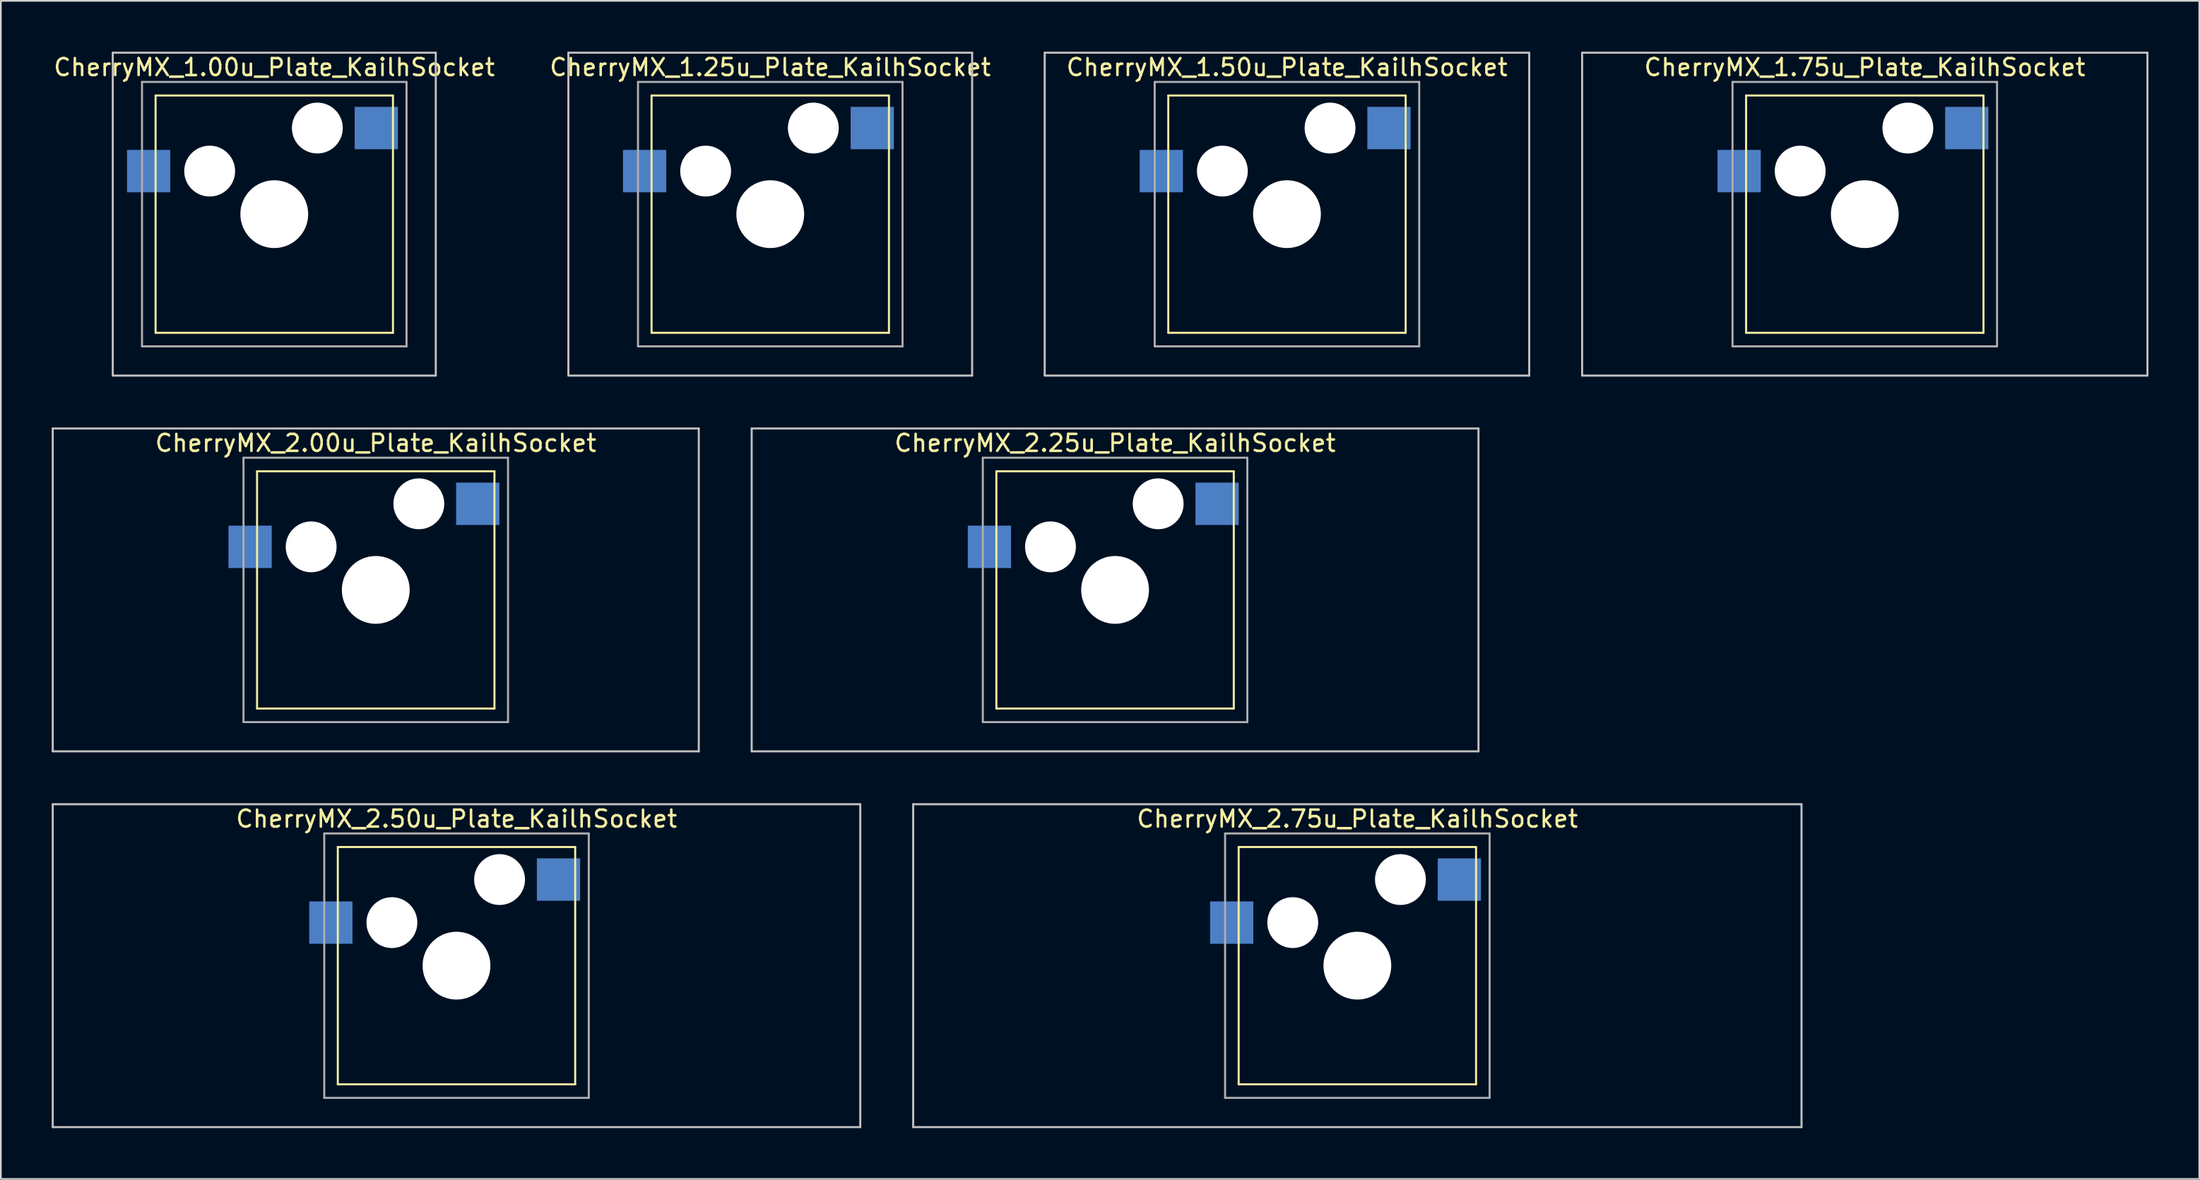
<source format=kicad_pcb>
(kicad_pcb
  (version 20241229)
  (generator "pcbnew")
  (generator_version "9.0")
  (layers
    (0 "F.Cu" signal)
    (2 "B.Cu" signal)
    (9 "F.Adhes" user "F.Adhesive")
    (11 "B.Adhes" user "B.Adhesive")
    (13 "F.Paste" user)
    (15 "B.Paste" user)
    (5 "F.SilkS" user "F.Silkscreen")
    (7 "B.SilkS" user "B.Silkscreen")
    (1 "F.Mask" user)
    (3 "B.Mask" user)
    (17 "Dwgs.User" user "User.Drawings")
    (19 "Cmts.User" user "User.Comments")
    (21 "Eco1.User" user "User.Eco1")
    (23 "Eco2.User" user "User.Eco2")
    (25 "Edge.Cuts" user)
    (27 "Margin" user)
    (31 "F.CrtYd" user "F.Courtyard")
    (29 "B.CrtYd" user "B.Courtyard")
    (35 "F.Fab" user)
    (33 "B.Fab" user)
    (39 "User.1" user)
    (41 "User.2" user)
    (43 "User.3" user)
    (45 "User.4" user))
  (footprint "CherryMX_2.75u_Plate_KailhSocket"
    (layer "F.Cu")
    (at 76.999 53.925)
    (property "Reference" "CherryMX_2.75u_Plate_KailhSocket" (at 0 -8.662 0) (layer "F.SilkS") (effects (font (size 1 1) (thickness 0.15))))
    (attr through_hole)
    (fp_line (start -7 -7) (end -7 7) (stroke (width 0.12) (type solid)) (layer "F.SilkS"))
    (fp_line (start -7 -7) (end 7 -7) (stroke (width 0.12) (type solid)) (layer "F.SilkS"))
    (fp_line (start 7 -7) (end 7 7) (stroke (width 0.12) (type solid)) (layer "F.SilkS"))
    (fp_line (start 7 7) (end -7 7) (stroke (width 0.12) (type solid)) (layer "F.SilkS"))
    (fp_line (start -26.194 -9.525) (end 26.194 -9.525) (stroke (width 0.12) (type solid)) (layer "Dwgs.User"))
    (fp_line (start -26.194 9.525) (end -26.194 -9.525) (stroke (width 0.12) (type solid)) (layer "Dwgs.User"))
    (fp_line (start 26.194 -9.525) (end 26.194 9.525) (stroke (width 0.12) (type solid)) (layer "Dwgs.User"))
    (fp_line (start 26.194 9.525) (end -26.194 9.525) (stroke (width 0.12) (type solid)) (layer "Dwgs.User"))
    (fp_line (start -7.8 -7.8) (end -7.8 7.8) (stroke (width 0.12) (type solid)) (layer "F.Fab"))
    (fp_line (start -7.8 -7.8) (end 7.8 -7.8) (stroke (width 0.12) (type solid)) (layer "F.Fab"))
    (fp_line (start -7.8 7.8) (end 7.8 7.8) (stroke (width 0.12) (type solid)) (layer "F.Fab"))
    (fp_line (start 7.8 -7.8) (end 7.8 7.8) (stroke (width 0.12) (type solid)) (layer "F.Fab"))
    (pad "" np_thru_hole circle (at -3.81 -2.54) (size 3 3) (drill 3) (layers "*.Cu" "*.Mask"))
    (pad "" np_thru_hole circle (at 0 0) (size 4 4) (drill 4) (layers "*.Cu" "*.Mask"))
    (pad "" np_thru_hole circle (at 2.54 -5.08) (size 3 3) (drill 3) (layers "*.Cu" "*.Mask"))
    (pad "1" smd rect (at -7.41 -2.54) (size 2.55 2.5) (layers "B.Cu" "B.Mask" "B.Paste"))
    (pad "2" smd rect (at 6.015 -5.08) (size 2.55 2.5) (layers "B.Cu" "B.Mask" "B.Paste")))
  (footprint "CherryMX_1.75u_Plate_KailhSocket"
    (layer "F.Cu")
    (at 106.924 9.585)
    (property "Reference" "CherryMX_1.75u_Plate_KailhSocket" (at 0 -8.662 0) (layer "F.SilkS") (effects (font (size 1 1) (thickness 0.15))))
    (attr through_hole)
    (fp_line (start -7 -7) (end -7 7) (stroke (width 0.12) (type solid)) (layer "F.SilkS"))
    (fp_line (start -7 -7) (end 7 -7) (stroke (width 0.12) (type solid)) (layer "F.SilkS"))
    (fp_line (start 7 -7) (end 7 7) (stroke (width 0.12) (type solid)) (layer "F.SilkS"))
    (fp_line (start 7 7) (end -7 7) (stroke (width 0.12) (type solid)) (layer "F.SilkS"))
    (fp_line (start -16.669 -9.525) (end 16.669 -9.525) (stroke (width 0.12) (type solid)) (layer "Dwgs.User"))
    (fp_line (start -16.669 9.525) (end -16.669 -9.525) (stroke (width 0.12) (type solid)) (layer "Dwgs.User"))
    (fp_line (start 16.669 -9.525) (end 16.669 9.525) (stroke (width 0.12) (type solid)) (layer "Dwgs.User"))
    (fp_line (start 16.669 9.525) (end -16.669 9.525) (stroke (width 0.12) (type solid)) (layer "Dwgs.User"))
    (fp_line (start -7.8 -7.8) (end -7.8 7.8) (stroke (width 0.12) (type solid)) (layer "F.Fab"))
    (fp_line (start -7.8 -7.8) (end 7.8 -7.8) (stroke (width 0.12) (type solid)) (layer "F.Fab"))
    (fp_line (start -7.8 7.8) (end 7.8 7.8) (stroke (width 0.12) (type solid)) (layer "F.Fab"))
    (fp_line (start 7.8 -7.8) (end 7.8 7.8) (stroke (width 0.12) (type solid)) (layer "F.Fab"))
    (pad "" np_thru_hole circle (at -3.81 -2.54) (size 3 3) (drill 3) (layers "*.Cu" "*.Mask"))
    (pad "" np_thru_hole circle (at 0 0) (size 4 4) (drill 4) (layers "*.Cu" "*.Mask"))
    (pad "" np_thru_hole circle (at 2.54 -5.08) (size 3 3) (drill 3) (layers "*.Cu" "*.Mask"))
    (pad "1" smd rect (at -7.41 -2.54) (size 2.55 2.5) (layers "B.Cu" "B.Mask" "B.Paste"))
    (pad "2" smd rect (at 6.015 -5.08) (size 2.55 2.5) (layers "B.Cu" "B.Mask" "B.Paste")))
  (footprint "CherryMX_2.00u_Plate_KailhSocket"
    (layer "F.Cu")
    (at 19.11 31.755)
    (property "Reference" "CherryMX_2.00u_Plate_KailhSocket" (at 0 -8.662 0) (layer "F.SilkS") (effects (font (size 1 1) (thickness 0.15))))
    (attr through_hole)
    (fp_line (start -7 -7) (end -7 7) (stroke (width 0.12) (type solid)) (layer "F.SilkS"))
    (fp_line (start -7 -7) (end 7 -7) (stroke (width 0.12) (type solid)) (layer "F.SilkS"))
    (fp_line (start 7 -7) (end 7 7) (stroke (width 0.12) (type solid)) (layer "F.SilkS"))
    (fp_line (start 7 7) (end -7 7) (stroke (width 0.12) (type solid)) (layer "F.SilkS"))
    (fp_line (start -19.05 -9.525) (end 19.05 -9.525) (stroke (width 0.12) (type solid)) (layer "Dwgs.User"))
    (fp_line (start -19.05 9.525) (end -19.05 -9.525) (stroke (width 0.12) (type solid)) (layer "Dwgs.User"))
    (fp_line (start 19.05 -9.525) (end 19.05 9.525) (stroke (width 0.12) (type solid)) (layer "Dwgs.User"))
    (fp_line (start 19.05 9.525) (end -19.05 9.525) (stroke (width 0.12) (type solid)) (layer "Dwgs.User"))
    (fp_line (start -7.8 -7.8) (end -7.8 7.8) (stroke (width 0.12) (type solid)) (layer "F.Fab"))
    (fp_line (start -7.8 -7.8) (end 7.8 -7.8) (stroke (width 0.12) (type solid)) (layer "F.Fab"))
    (fp_line (start -7.8 7.8) (end 7.8 7.8) (stroke (width 0.12) (type solid)) (layer "F.Fab"))
    (fp_line (start 7.8 -7.8) (end 7.8 7.8) (stroke (width 0.12) (type solid)) (layer "F.Fab"))
    (pad "" np_thru_hole circle (at -3.81 -2.54) (size 3 3) (drill 3) (layers "*.Cu" "*.Mask"))
    (pad "" np_thru_hole circle (at 0 0) (size 4 4) (drill 4) (layers "*.Cu" "*.Mask"))
    (pad "" np_thru_hole circle (at 2.54 -5.08) (size 3 3) (drill 3) (layers "*.Cu" "*.Mask"))
    (pad "1" smd rect (at -7.41 -2.54) (size 2.55 2.5) (layers "B.Cu" "B.Mask" "B.Paste"))
    (pad "2" smd rect (at 6.015 -5.08) (size 2.55 2.5) (layers "B.Cu" "B.Mask" "B.Paste")))
  (footprint "CherryMX_1.25u_Plate_KailhSocket"
    (layer "F.Cu")
    (at 42.375 9.585)
    (property "Reference" "CherryMX_1.25u_Plate_KailhSocket" (at 0 -8.662 0) (layer "F.SilkS") (effects (font (size 1 1) (thickness 0.15))))
    (attr through_hole)
    (fp_line (start -7 -7) (end -7 7) (stroke (width 0.12) (type solid)) (layer "F.SilkS"))
    (fp_line (start -7 -7) (end 7 -7) (stroke (width 0.12) (type solid)) (layer "F.SilkS"))
    (fp_line (start 7 -7) (end 7 7) (stroke (width 0.12) (type solid)) (layer "F.SilkS"))
    (fp_line (start 7 7) (end -7 7) (stroke (width 0.12) (type solid)) (layer "F.SilkS"))
    (fp_line (start -11.906 -9.525) (end 11.906 -9.525) (stroke (width 0.12) (type solid)) (layer "Dwgs.User"))
    (fp_line (start -11.906 9.525) (end -11.906 -9.525) (stroke (width 0.12) (type solid)) (layer "Dwgs.User"))
    (fp_line (start 11.906 -9.525) (end 11.906 9.525) (stroke (width 0.12) (type solid)) (layer "Dwgs.User"))
    (fp_line (start 11.906 9.525) (end -11.906 9.525) (stroke (width 0.12) (type solid)) (layer "Dwgs.User"))
    (fp_line (start -7.8 -7.8) (end -7.8 7.8) (stroke (width 0.12) (type solid)) (layer "F.Fab"))
    (fp_line (start -7.8 -7.8) (end 7.8 -7.8) (stroke (width 0.12) (type solid)) (layer "F.Fab"))
    (fp_line (start -7.8 7.8) (end 7.8 7.8) (stroke (width 0.12) (type solid)) (layer "F.Fab"))
    (fp_line (start 7.8 -7.8) (end 7.8 7.8) (stroke (width 0.12) (type solid)) (layer "F.Fab"))
    (pad "" np_thru_hole circle (at -3.81 -2.54) (size 3 3) (drill 3) (layers "*.Cu" "*.Mask"))
    (pad "" np_thru_hole circle (at 0 0) (size 4 4) (drill 4) (layers "*.Cu" "*.Mask"))
    (pad "" np_thru_hole circle (at 2.54 -5.08) (size 3 3) (drill 3) (layers "*.Cu" "*.Mask"))
    (pad "1" smd rect (at -7.41 -2.54) (size 2.55 2.5) (layers "B.Cu" "B.Mask" "B.Paste"))
    (pad "2" smd rect (at 6.015 -5.08) (size 2.55 2.5) (layers "B.Cu" "B.Mask" "B.Paste")))
  (footprint "CherryMX_2.25u_Plate_KailhSocket"
    (layer "F.Cu")
    (at 62.711 31.755)
    (property "Reference" "CherryMX_2.25u_Plate_KailhSocket" (at 0 -8.662 0) (layer "F.SilkS") (effects (font (size 1 1) (thickness 0.15))))
    (attr through_hole)
    (fp_line (start -7 -7) (end -7 7) (stroke (width 0.12) (type solid)) (layer "F.SilkS"))
    (fp_line (start -7 -7) (end 7 -7) (stroke (width 0.12) (type solid)) (layer "F.SilkS"))
    (fp_line (start 7 -7) (end 7 7) (stroke (width 0.12) (type solid)) (layer "F.SilkS"))
    (fp_line (start 7 7) (end -7 7) (stroke (width 0.12) (type solid)) (layer "F.SilkS"))
    (fp_line (start -21.431 -9.525) (end 21.431 -9.525) (stroke (width 0.12) (type solid)) (layer "Dwgs.User"))
    (fp_line (start -21.431 9.525) (end -21.431 -9.525) (stroke (width 0.12) (type solid)) (layer "Dwgs.User"))
    (fp_line (start 21.431 -9.525) (end 21.431 9.525) (stroke (width 0.12) (type solid)) (layer "Dwgs.User"))
    (fp_line (start 21.431 9.525) (end -21.431 9.525) (stroke (width 0.12) (type solid)) (layer "Dwgs.User"))
    (fp_line (start -7.8 -7.8) (end -7.8 7.8) (stroke (width 0.12) (type solid)) (layer "F.Fab"))
    (fp_line (start -7.8 -7.8) (end 7.8 -7.8) (stroke (width 0.12) (type solid)) (layer "F.Fab"))
    (fp_line (start -7.8 7.8) (end 7.8 7.8) (stroke (width 0.12) (type solid)) (layer "F.Fab"))
    (fp_line (start 7.8 -7.8) (end 7.8 7.8) (stroke (width 0.12) (type solid)) (layer "F.Fab"))
    (pad "" np_thru_hole circle (at -3.81 -2.54) (size 3 3) (drill 3) (layers "*.Cu" "*.Mask"))
    (pad "" np_thru_hole circle (at 0 0) (size 4 4) (drill 4) (layers "*.Cu" "*.Mask"))
    (pad "" np_thru_hole circle (at 2.54 -5.08) (size 3 3) (drill 3) (layers "*.Cu" "*.Mask"))
    (pad "1" smd rect (at -7.41 -2.54) (size 2.55 2.5) (layers "B.Cu" "B.Mask" "B.Paste"))
    (pad "2" smd rect (at 6.015 -5.08) (size 2.55 2.5) (layers "B.Cu" "B.Mask" "B.Paste")))
  (footprint "CherryMX_2.50u_Plate_KailhSocket"
    (layer "F.Cu")
    (at 23.872 53.925)
    (property "Reference" "CherryMX_2.50u_Plate_KailhSocket" (at 0 -8.662 0) (layer "F.SilkS") (effects (font (size 1 1) (thickness 0.15))))
    (attr through_hole)
    (fp_line (start -7 -7) (end -7 7) (stroke (width 0.12) (type solid)) (layer "F.SilkS"))
    (fp_line (start -7 -7) (end 7 -7) (stroke (width 0.12) (type solid)) (layer "F.SilkS"))
    (fp_line (start 7 -7) (end 7 7) (stroke (width 0.12) (type solid)) (layer "F.SilkS"))
    (fp_line (start 7 7) (end -7 7) (stroke (width 0.12) (type solid)) (layer "F.SilkS"))
    (fp_line (start -23.812 -9.525) (end 23.812 -9.525) (stroke (width 0.12) (type solid)) (layer "Dwgs.User"))
    (fp_line (start -23.812 9.525) (end -23.812 -9.525) (stroke (width 0.12) (type solid)) (layer "Dwgs.User"))
    (fp_line (start 23.812 -9.525) (end 23.812 9.525) (stroke (width 0.12) (type solid)) (layer "Dwgs.User"))
    (fp_line (start 23.812 9.525) (end -23.812 9.525) (stroke (width 0.12) (type solid)) (layer "Dwgs.User"))
    (fp_line (start -7.8 -7.8) (end -7.8 7.8) (stroke (width 0.12) (type solid)) (layer "F.Fab"))
    (fp_line (start -7.8 -7.8) (end 7.8 -7.8) (stroke (width 0.12) (type solid)) (layer "F.Fab"))
    (fp_line (start -7.8 7.8) (end 7.8 7.8) (stroke (width 0.12) (type solid)) (layer "F.Fab"))
    (fp_line (start 7.8 -7.8) (end 7.8 7.8) (stroke (width 0.12) (type solid)) (layer "F.Fab"))
    (pad "" np_thru_hole circle (at -3.81 -2.54) (size 3 3) (drill 3) (layers "*.Cu" "*.Mask"))
    (pad "" np_thru_hole circle (at 0 0) (size 4 4) (drill 4) (layers "*.Cu" "*.Mask"))
    (pad "" np_thru_hole circle (at 2.54 -5.08) (size 3 3) (drill 3) (layers "*.Cu" "*.Mask"))
    (pad "1" smd rect (at -7.41 -2.54) (size 2.55 2.5) (layers "B.Cu" "B.Mask" "B.Paste"))
    (pad "2" smd rect (at 6.015 -5.08) (size 2.55 2.5) (layers "B.Cu" "B.Mask" "B.Paste")))
  (footprint "CherryMX_1.50u_Plate_KailhSocket"
    (layer "F.Cu")
    (at 72.848 9.585)
    (property "Reference" "CherryMX_1.50u_Plate_KailhSocket" (at 0 -8.662 0) (layer "F.SilkS") (effects (font (size 1 1) (thickness 0.15))))
    (attr through_hole)
    (fp_line (start -7 -7) (end -7 7) (stroke (width 0.12) (type solid)) (layer "F.SilkS"))
    (fp_line (start -7 -7) (end 7 -7) (stroke (width 0.12) (type solid)) (layer "F.SilkS"))
    (fp_line (start 7 -7) (end 7 7) (stroke (width 0.12) (type solid)) (layer "F.SilkS"))
    (fp_line (start 7 7) (end -7 7) (stroke (width 0.12) (type solid)) (layer "F.SilkS"))
    (fp_line (start -14.287 -9.525) (end 14.287 -9.525) (stroke (width 0.12) (type solid)) (layer "Dwgs.User"))
    (fp_line (start -14.287 9.525) (end -14.287 -9.525) (stroke (width 0.12) (type solid)) (layer "Dwgs.User"))
    (fp_line (start 14.287 -9.525) (end 14.287 9.525) (stroke (width 0.12) (type solid)) (layer "Dwgs.User"))
    (fp_line (start 14.287 9.525) (end -14.287 9.525) (stroke (width 0.12) (type solid)) (layer "Dwgs.User"))
    (fp_line (start -7.8 -7.8) (end -7.8 7.8) (stroke (width 0.12) (type solid)) (layer "F.Fab"))
    (fp_line (start -7.8 -7.8) (end 7.8 -7.8) (stroke (width 0.12) (type solid)) (layer "F.Fab"))
    (fp_line (start -7.8 7.8) (end 7.8 7.8) (stroke (width 0.12) (type solid)) (layer "F.Fab"))
    (fp_line (start 7.8 -7.8) (end 7.8 7.8) (stroke (width 0.12) (type solid)) (layer "F.Fab"))
    (pad "" np_thru_hole circle (at -3.81 -2.54) (size 3 3) (drill 3) (layers "*.Cu" "*.Mask"))
    (pad "" np_thru_hole circle (at 0 0) (size 4 4) (drill 4) (layers "*.Cu" "*.Mask"))
    (pad "" np_thru_hole circle (at 2.54 -5.08) (size 3 3) (drill 3) (layers "*.Cu" "*.Mask"))
    (pad "1" smd rect (at -7.41 -2.54) (size 2.55 2.5) (layers "B.Cu" "B.Mask" "B.Paste"))
    (pad "2" smd rect (at 6.015 -5.08) (size 2.55 2.5) (layers "B.Cu" "B.Mask" "B.Paste")))
  (footprint "CherryMX_1.00u_Plate_KailhSocket"
    (layer "F.Cu")
    (at 13.125 9.585)
    (property "Reference" "CherryMX_1.00u_Plate_KailhSocket" (at 0 -8.662 0) (layer "F.SilkS") (effects (font (size 1 1) (thickness 0.15))))
    (attr through_hole)
    (fp_line (start -7 -7) (end -7 7) (stroke (width 0.12) (type solid)) (layer "F.SilkS"))
    (fp_line (start -7 -7) (end 7 -7) (stroke (width 0.12) (type solid)) (layer "F.SilkS"))
    (fp_line (start 7 -7) (end 7 7) (stroke (width 0.12) (type solid)) (layer "F.SilkS"))
    (fp_line (start 7 7) (end -7 7) (stroke (width 0.12) (type solid)) (layer "F.SilkS"))
    (fp_line (start -9.525 -9.525) (end 9.525 -9.525) (stroke (width 0.12) (type solid)) (layer "Dwgs.User"))
    (fp_line (start -9.525 9.525) (end -9.525 -9.525) (stroke (width 0.12) (type solid)) (layer "Dwgs.User"))
    (fp_line (start 9.525 -9.525) (end 9.525 9.525) (stroke (width 0.12) (type solid)) (layer "Dwgs.User"))
    (fp_line (start 9.525 9.525) (end -9.525 9.525) (stroke (width 0.12) (type solid)) (layer "Dwgs.User"))
    (fp_line (start -7.8 -7.8) (end -7.8 7.8) (stroke (width 0.12) (type solid)) (layer "F.Fab"))
    (fp_line (start -7.8 -7.8) (end 7.8 -7.8) (stroke (width 0.12) (type solid)) (layer "F.Fab"))
    (fp_line (start -7.8 7.8) (end 7.8 7.8) (stroke (width 0.12) (type solid)) (layer "F.Fab"))
    (fp_line (start 7.8 -7.8) (end 7.8 7.8) (stroke (width 0.12) (type solid)) (layer "F.Fab"))
    (pad "" np_thru_hole circle (at -3.81 -2.54) (size 3 3) (drill 3) (layers "*.Cu" "*.Mask"))
    (pad "" np_thru_hole circle (at 0 0) (size 4 4) (drill 4) (layers "*.Cu" "*.Mask"))
    (pad "" np_thru_hole circle (at 2.54 -5.08) (size 3 3) (drill 3) (layers "*.Cu" "*.Mask"))
    (pad "1" smd rect (at -7.41 -2.54) (size 2.55 2.5) (layers "B.Cu" "B.Mask" "B.Paste"))
    (pad "2" smd rect (at 6.015 -5.08) (size 2.55 2.5) (layers "B.Cu" "B.Mask" "B.Paste")))
  (gr_rect
    (start -3 -3)
    (end 126.653 66.51)
    (stroke (width 0.1) (type default))
    (fill no)
    (layer "Edge.Cuts")))
</source>
